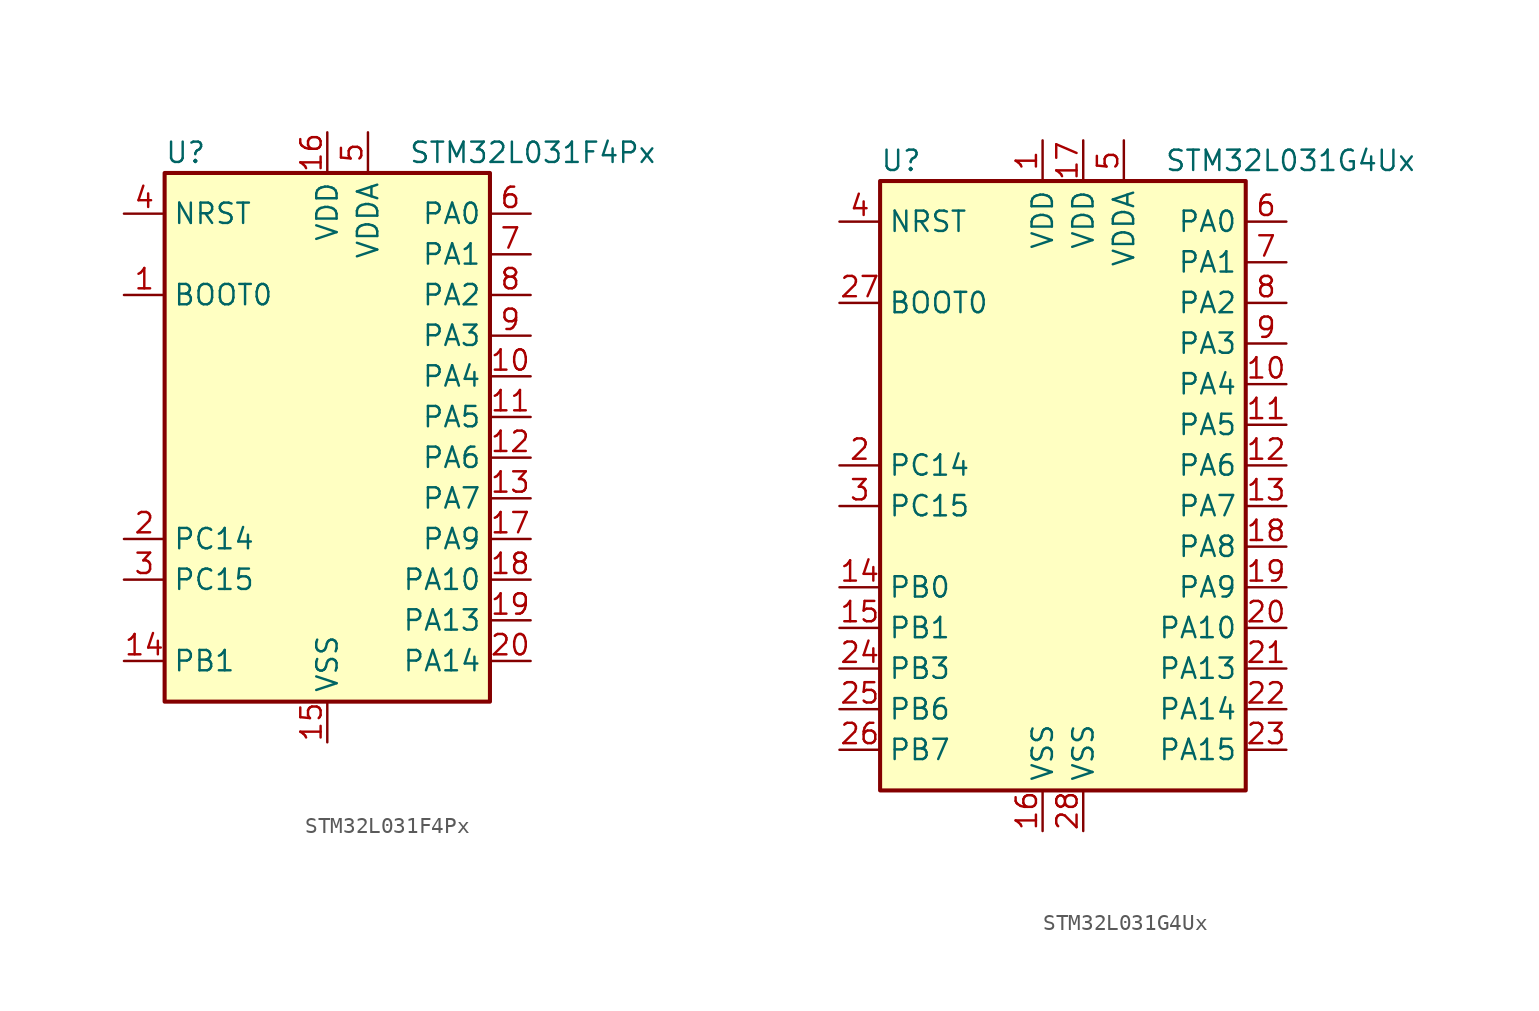
<source format=kicad_sym>
(kicad_symbol_lib
  (version 20201005)
  (generator kicad_symbol_editor)
  (symbol "MCU_ST_STM32L0:STM32L031F4Px"
    (property "Reference" "U"
      (at -10.16 16.51 0)
      (effects (font (size 1.27 1.27)) (justify left)))
    (property "Value" "STM32L031F4Px"
      (at 5.08 16.51 0)
      (effects (font (size 1.27 1.27)) (justify left)))
    (symbol "STM32L031F4Px_0_1"
      (rectangle (start -10.16 -17.78) (end 10.16 15.24) (stroke (width 0.254)) (fill (type background))))
    (symbol "STM32L031F4Px_1_1"
      (pin input line (at -12.7 7.62 0) (length 2.54) (name "BOOT0" (effects (font (size 1.27 1.27)))) (number "1" (effects (font (size 1.27 1.27)))))
      (pin input line (at -12.7 12.7 0) (length 2.54) (name "NRST" (effects (font (size 1.27 1.27)))) (number "4" (effects (font (size 1.27 1.27)))))
      (pin bidirectional line (at 12.7 12.7 180) (length 2.54) (name "PA0" (effects (font (size 1.27 1.27)))) (number "6" (effects (font (size 1.27 1.27)))))
      (pin bidirectional line (at 12.7 10.16 180) (length 2.54) (name "PA1" (effects (font (size 1.27 1.27)))) (number "7" (effects (font (size 1.27 1.27)))))
      (pin bidirectional line (at 12.7 -10.16 180) (length 2.54) (name "PA10" (effects (font (size 1.27 1.27)))) (number "18" (effects (font (size 1.27 1.27)))))
      (pin bidirectional line (at 12.7 -12.7 180) (length 2.54) (name "PA13" (effects (font (size 1.27 1.27)))) (number "19" (effects (font (size 1.27 1.27)))))
      (pin bidirectional line (at 12.7 -15.24 180) (length 2.54) (name "PA14" (effects (font (size 1.27 1.27)))) (number "20" (effects (font (size 1.27 1.27)))))
      (pin bidirectional line (at 12.7 7.62 180) (length 2.54) (name "PA2" (effects (font (size 1.27 1.27)))) (number "8" (effects (font (size 1.27 1.27)))))
      (pin bidirectional line (at 12.7 5.08 180) (length 2.54) (name "PA3" (effects (font (size 1.27 1.27)))) (number "9" (effects (font (size 1.27 1.27)))))
      (pin bidirectional line (at 12.7 2.54 180) (length 2.54) (name "PA4" (effects (font (size 1.27 1.27)))) (number "10" (effects (font (size 1.27 1.27)))))
      (pin bidirectional line (at 12.7 0 180) (length 2.54) (name "PA5" (effects (font (size 1.27 1.27)))) (number "11" (effects (font (size 1.27 1.27)))))
      (pin bidirectional line (at 12.7 -2.54 180) (length 2.54) (name "PA6" (effects (font (size 1.27 1.27)))) (number "12" (effects (font (size 1.27 1.27)))))
      (pin bidirectional line (at 12.7 -5.08 180) (length 2.54) (name "PA7" (effects (font (size 1.27 1.27)))) (number "13" (effects (font (size 1.27 1.27)))))
      (pin bidirectional line (at 12.7 -7.62 180) (length 2.54) (name "PA9" (effects (font (size 1.27 1.27)))) (number "17" (effects (font (size 1.27 1.27)))))
      (pin bidirectional line (at -12.7 -15.24 0) (length 2.54) (name "PB1" (effects (font (size 1.27 1.27)))) (number "14" (effects (font (size 1.27 1.27)))))
      (pin bidirectional line (at -12.7 -7.62 0) (length 2.54) (name "PC14" (effects (font (size 1.27 1.27)))) (number "2" (effects (font (size 1.27 1.27)))))
      (pin bidirectional line (at -12.7 -10.16 0) (length 2.54) (name "PC15" (effects (font (size 1.27 1.27)))) (number "3" (effects (font (size 1.27 1.27)))))
      (pin power_in line (at 0 17.78 270) (length 2.54) (name "VDD" (effects (font (size 1.27 1.27)))) (number "16" (effects (font (size 1.27 1.27)))))
      (pin power_in line (at 2.54 17.78 270) (length 2.54) (name "VDDA" (effects (font (size 1.27 1.27)))) (number "5" (effects (font (size 1.27 1.27)))))
      (pin power_in line (at 0 -20.32 90) (length 2.54) (name "VSS" (effects (font (size 1.27 1.27)))) (number "15" (effects (font (size 1.27 1.27)))))))
  (symbol "MCU_ST_STM32L0:STM32L031G4Ux"
    (property "Reference" "U"
      (at -12.7 19.05 0)
      (effects (font (size 1.27 1.27)) (justify left)))
    (property "Value" "STM32L031G4Ux"
      (at 5.08 19.05 0)
      (effects (font (size 1.27 1.27)) (justify left)))
    (symbol "STM32L031G4Ux_0_1"
      (rectangle (start -12.7 -20.32) (end 10.16 17.78) (stroke (width 0.254)) (fill (type background))))
    (symbol "STM32L031G4Ux_1_1"
      (pin input line (at -15.24 10.16 0) (length 2.54) (name "BOOT0" (effects (font (size 1.27 1.27)))) (number "27" (effects (font (size 1.27 1.27)))))
      (pin input line (at -15.24 15.24 0) (length 2.54) (name "NRST" (effects (font (size 1.27 1.27)))) (number "4" (effects (font (size 1.27 1.27)))))
      (pin bidirectional line (at 12.7 15.24 180) (length 2.54) (name "PA0" (effects (font (size 1.27 1.27)))) (number "6" (effects (font (size 1.27 1.27)))))
      (pin bidirectional line (at 12.7 12.7 180) (length 2.54) (name "PA1" (effects (font (size 1.27 1.27)))) (number "7" (effects (font (size 1.27 1.27)))))
      (pin bidirectional line (at 12.7 -10.16 180) (length 2.54) (name "PA10" (effects (font (size 1.27 1.27)))) (number "20" (effects (font (size 1.27 1.27)))))
      (pin bidirectional line (at 12.7 -12.7 180) (length 2.54) (name "PA13" (effects (font (size 1.27 1.27)))) (number "21" (effects (font (size 1.27 1.27)))))
      (pin bidirectional line (at 12.7 -15.24 180) (length 2.54) (name "PA14" (effects (font (size 1.27 1.27)))) (number "22" (effects (font (size 1.27 1.27)))))
      (pin bidirectional line (at 12.7 -17.78 180) (length 2.54) (name "PA15" (effects (font (size 1.27 1.27)))) (number "23" (effects (font (size 1.27 1.27)))))
      (pin bidirectional line (at 12.7 10.16 180) (length 2.54) (name "PA2" (effects (font (size 1.27 1.27)))) (number "8" (effects (font (size 1.27 1.27)))))
      (pin bidirectional line (at 12.7 7.62 180) (length 2.54) (name "PA3" (effects (font (size 1.27 1.27)))) (number "9" (effects (font (size 1.27 1.27)))))
      (pin bidirectional line (at 12.7 5.08 180) (length 2.54) (name "PA4" (effects (font (size 1.27 1.27)))) (number "10" (effects (font (size 1.27 1.27)))))
      (pin bidirectional line (at 12.7 2.54 180) (length 2.54) (name "PA5" (effects (font (size 1.27 1.27)))) (number "11" (effects (font (size 1.27 1.27)))))
      (pin bidirectional line (at 12.7 0 180) (length 2.54) (name "PA6" (effects (font (size 1.27 1.27)))) (number "12" (effects (font (size 1.27 1.27)))))
      (pin bidirectional line (at 12.7 -2.54 180) (length 2.54) (name "PA7" (effects (font (size 1.27 1.27)))) (number "13" (effects (font (size 1.27 1.27)))))
      (pin bidirectional line (at 12.7 -5.08 180) (length 2.54) (name "PA8" (effects (font (size 1.27 1.27)))) (number "18" (effects (font (size 1.27 1.27)))))
      (pin bidirectional line (at 12.7 -7.62 180) (length 2.54) (name "PA9" (effects (font (size 1.27 1.27)))) (number "19" (effects (font (size 1.27 1.27)))))
      (pin bidirectional line (at -15.24 -7.62 0) (length 2.54) (name "PB0" (effects (font (size 1.27 1.27)))) (number "14" (effects (font (size 1.27 1.27)))))
      (pin bidirectional line (at -15.24 -10.16 0) (length 2.54) (name "PB1" (effects (font (size 1.27 1.27)))) (number "15" (effects (font (size 1.27 1.27)))))
      (pin bidirectional line (at -15.24 -12.7 0) (length 2.54) (name "PB3" (effects (font (size 1.27 1.27)))) (number "24" (effects (font (size 1.27 1.27)))))
      (pin bidirectional line (at -15.24 -15.24 0) (length 2.54) (name "PB6" (effects (font (size 1.27 1.27)))) (number "25" (effects (font (size 1.27 1.27)))))
      (pin bidirectional line (at -15.24 -17.78 0) (length 2.54) (name "PB7" (effects (font (size 1.27 1.27)))) (number "26" (effects (font (size 1.27 1.27)))))
      (pin bidirectional line (at -15.24 0 0) (length 2.54) (name "PC14" (effects (font (size 1.27 1.27)))) (number "2" (effects (font (size 1.27 1.27)))))
      (pin bidirectional line (at -15.24 -2.54 0) (length 2.54) (name "PC15" (effects (font (size 1.27 1.27)))) (number "3" (effects (font (size 1.27 1.27)))))
      (pin power_in line (at -2.54 20.32 270) (length 2.54) (name "VDD" (effects (font (size 1.27 1.27)))) (number "1" (effects (font (size 1.27 1.27)))))
      (pin power_in line (at 0 20.32 270) (length 2.54) (name "VDD" (effects (font (size 1.27 1.27)))) (number "17" (effects (font (size 1.27 1.27)))))
      (pin power_in line (at 2.54 20.32 270) (length 2.54) (name "VDDA" (effects (font (size 1.27 1.27)))) (number "5" (effects (font (size 1.27 1.27)))))
      (pin power_in line (at -2.54 -22.86 90) (length 2.54) (name "VSS" (effects (font (size 1.27 1.27)))) (number "16" (effects (font (size 1.27 1.27)))))
      (pin power_in line (at 0 -22.86 90) (length 2.54) (name "VSS" (effects (font (size 1.27 1.27)))) (number "28" (effects (font (size 1.27 1.27))))))))
</source>
